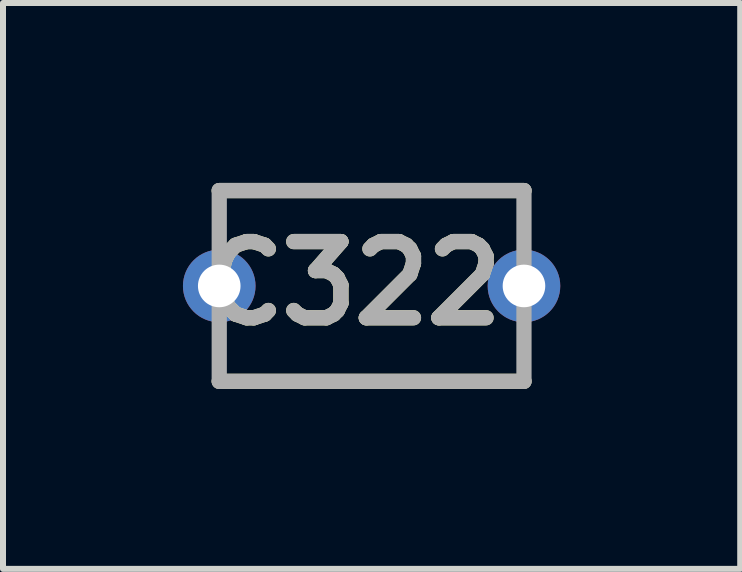
<source format=kicad_pcb>
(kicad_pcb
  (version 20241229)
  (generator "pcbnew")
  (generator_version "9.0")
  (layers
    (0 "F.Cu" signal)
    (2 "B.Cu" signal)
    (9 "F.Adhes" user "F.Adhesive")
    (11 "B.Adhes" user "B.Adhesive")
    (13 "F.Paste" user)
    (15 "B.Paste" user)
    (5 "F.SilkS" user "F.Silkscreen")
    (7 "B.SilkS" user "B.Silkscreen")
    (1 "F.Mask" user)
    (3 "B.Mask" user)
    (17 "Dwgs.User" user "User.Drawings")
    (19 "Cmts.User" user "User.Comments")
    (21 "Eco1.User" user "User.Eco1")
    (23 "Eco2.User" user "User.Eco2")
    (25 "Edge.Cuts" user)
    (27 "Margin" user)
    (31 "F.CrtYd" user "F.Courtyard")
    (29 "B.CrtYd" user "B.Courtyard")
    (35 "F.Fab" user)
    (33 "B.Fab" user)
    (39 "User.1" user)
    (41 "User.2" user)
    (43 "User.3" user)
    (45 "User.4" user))
  (footprint "C322"
    (layer "F.Cu")
    (at 3.145 1.717)
    (property "Reference" "C322" (at -0.3 -0.044 0) (layer "F.SilkS") (effects (font (size 1.27 1.27) (thickness 0.254))))
    (attr through_hole)
    (fp_line (start -2.54 -1.59) (end 2.54 -1.59) (stroke (width 0.254) (type solid)) (layer "F.SilkS"))
    (fp_line (start -2.54 1.59) (end 2.54 1.59) (stroke (width 0.254) (type solid)) (layer "F.SilkS"))
    (fp_line (start -2.54 -1.59) (end 2.54 -1.59) (stroke (width 0.254) (type solid)) (layer "F.Fab"))
    (fp_line (start -2.54 1.59) (end -2.54 -1.59) (stroke (width 0.254) (type solid)) (layer "F.Fab"))
    (fp_line (start 2.54 -1.59) (end 2.54 1.59) (stroke (width 0.254) (type solid)) (layer "F.Fab"))
    (fp_line (start 2.54 1.59) (end -2.54 1.59) (stroke (width 0.254) (type solid)) (layer "F.Fab"))
    (fp_text user "${REFERENCE}" (at -0.3 -0.044 0) (layer "F.Fab") (effects (font (size 1.27 1.27) (thickness 0.254))))
    (pad "1" thru_hole circle (at -2.54 0) (size 1.21 1.21) (drill 0.71) (layers "*.Cu" "*.Mask"))
    (pad "2" thru_hole circle (at 2.54 0) (size 1.21 1.21) (drill 0.71) (layers "*.Cu" "*.Mask")))
  (gr_rect
    (start -3 -3)
    (end 9.29 6.434)
    (stroke (width 0.1) (type default))
    (fill no)
    (layer "Edge.Cuts")))
</source>
